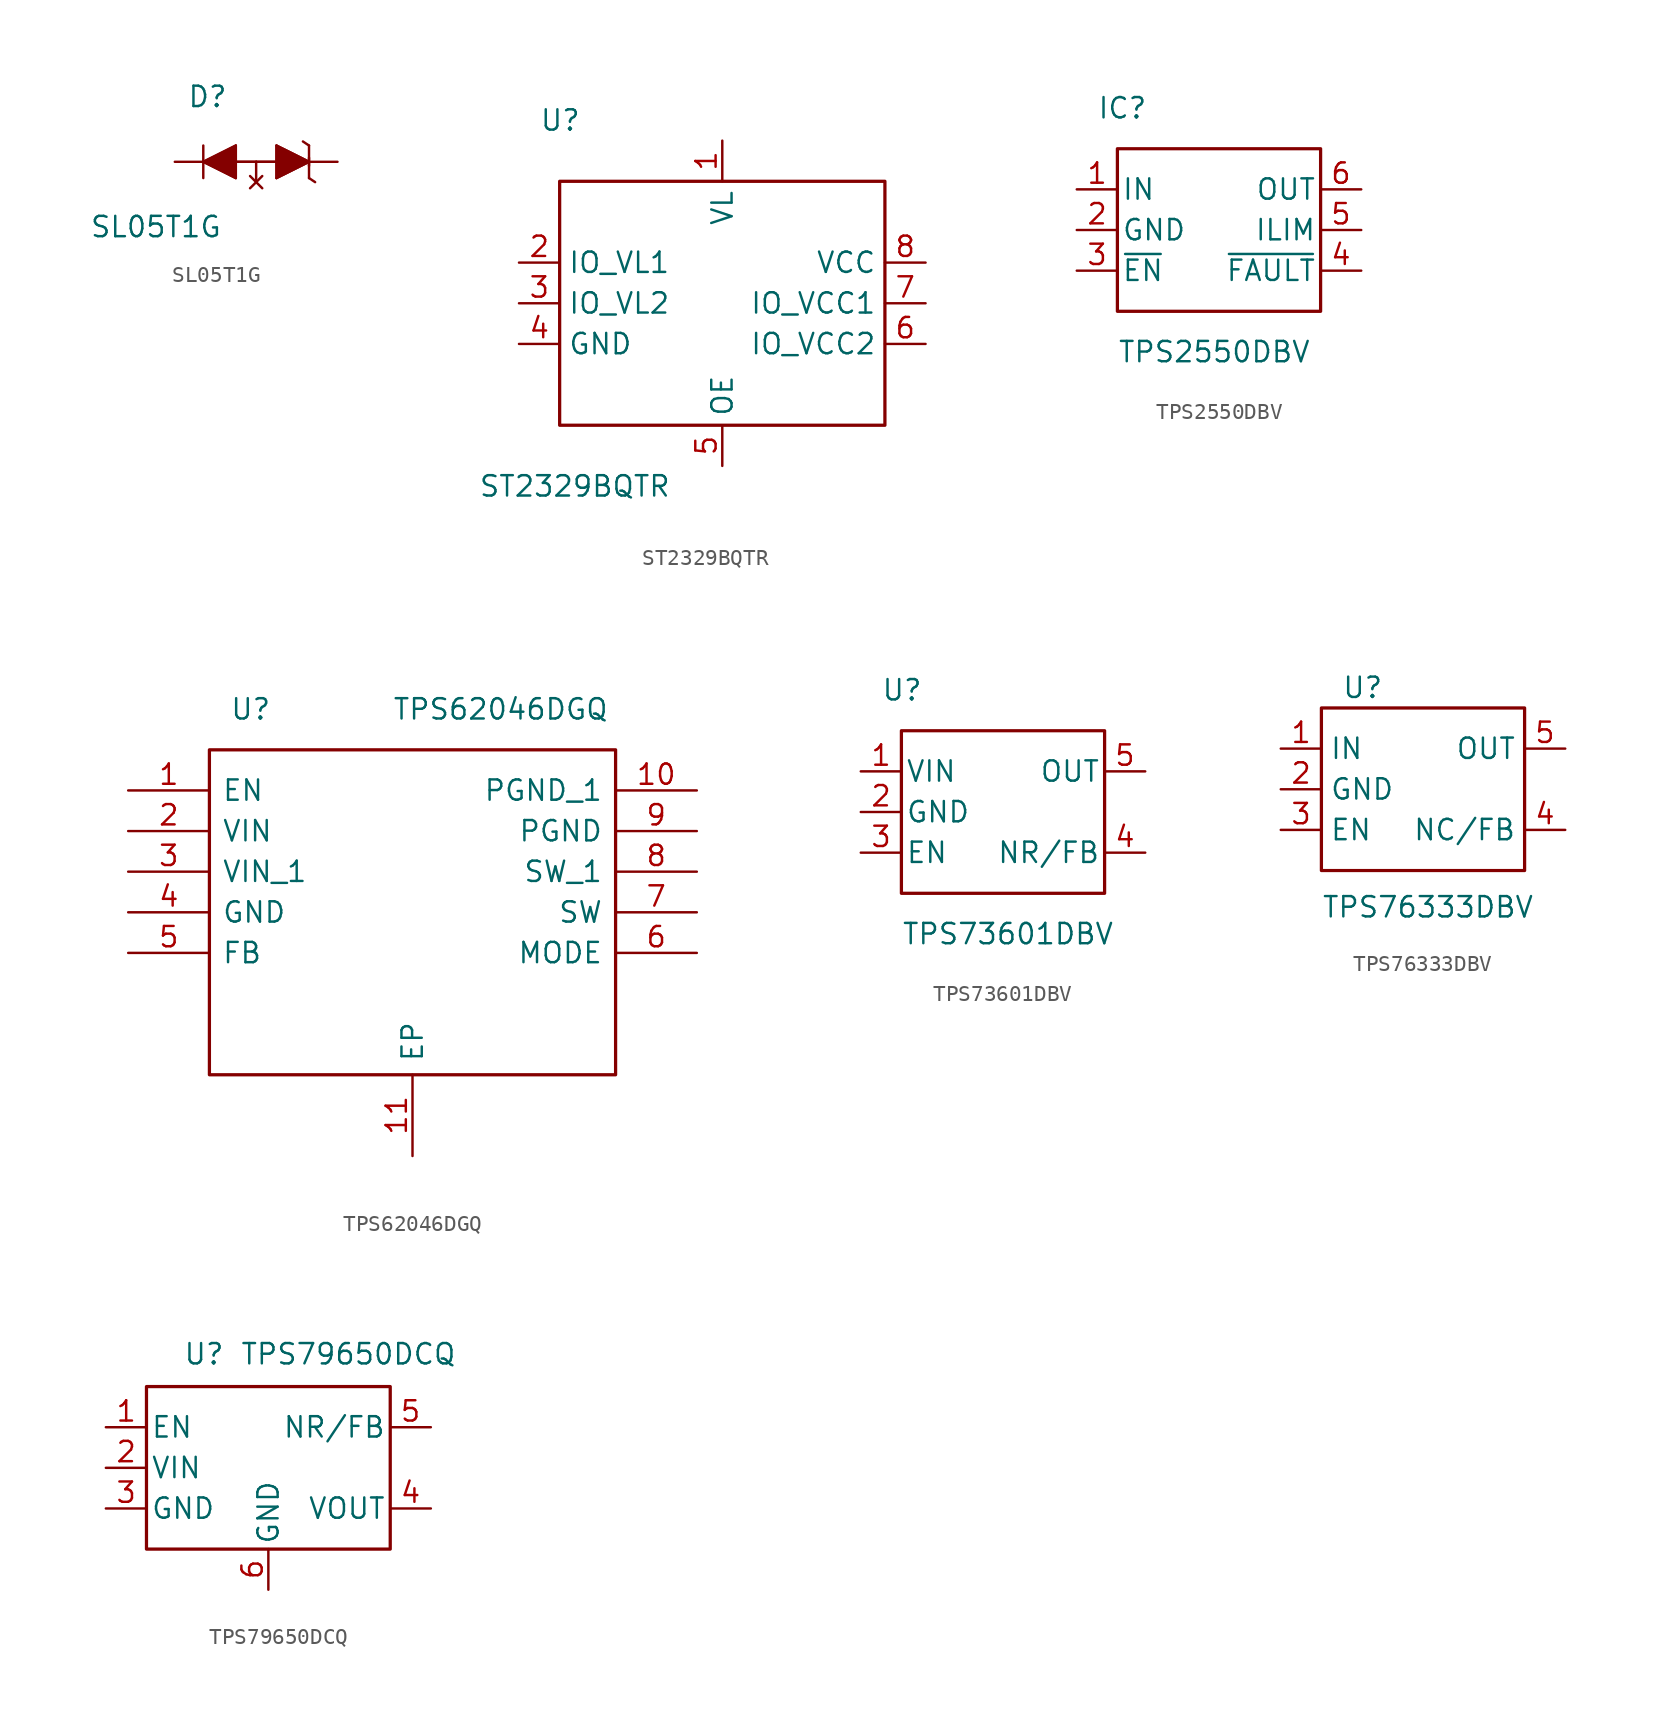
<source format=kicad_sym>
(kicad_symbol_lib
  (version 20241209)
  (generator "kicad_symbol_editor")
  (generator_version "9.0")
  (symbol "SL05T1G"
    (pin_numbers
      (hide yes))
    (pin_names
      (offset 0)
      (hide yes))
    (property "Reference" "D"
      (at -4.318 4.064 0)
      (effects (font (size 1.27 1.27)) (justify left)))
    (property "Value" "SL05T1G"
      (at -10.414 -4.064 0)
      (effects (font (size 1.27 1.27)) (justify left)))
    (symbol "SL05T1G_0_0"
      (pin bidirectional line (at -5.08 0 0) (length 5.08) (name "2" (effects (font (size 1.27 1.27)))) (number "2" (effects (font (size 1.27 1.27)))))
      (pin no_connect line (at 0 -1.27 90) (length 1.27) (name "NC" (effects (font (size 1.27 1.27)))) (number "3" (effects (font (size 1.27 1.27)))))
      (pin bidirectional line (at 5.08 0 180) (length 5.08) (name "1" (effects (font (size 1.27 1.27)))) (number "1" (effects (font (size 1.27 1.27))))))
    (symbol "SL05T1G_1_1"
      (polyline (pts (xy -3.302 0) (xy -3.302 1.016)) (stroke (width 0) (type solid)) (fill (type none)))
      (polyline (pts (xy -3.302 0) (xy -1.27 1.016)) (stroke (width 0) (type solid)) (fill (type outline)))
      (polyline (pts (xy -3.302 0) (xy -1.27 -1.016)) (stroke (width 0) (type solid)) (fill (type outline)))
      (polyline (pts (xy -3.302 0) (xy -1.27 1.016) (xy -1.27 -1.016) (xy -3.302 0)) (stroke (width 0) (type solid)) (fill (type outline)))
      (polyline (pts (xy -3.302 -1.016) (xy -3.302 0)) (stroke (width 0) (type solid)) (fill (type none)))
      (polyline (pts (xy -1.27 1.016) (xy -1.27 -1.016)) (stroke (width 0) (type solid)) (fill (type none)))
      (polyline (pts (xy 1.27 1.016) (xy 3.302 0) (xy 1.27 -1.016) (xy 1.27 1.016)) (stroke (width 0) (type solid)) (fill (type outline)))
      (polyline (pts (xy 1.27 0) (xy -1.27 0)) (stroke (width 0) (type solid)) (fill (type none)))
      (polyline (pts (xy 1.27 -1.016) (xy 1.27 1.016)) (stroke (width 0) (type solid)) (fill (type outline)))
      (polyline (pts (xy 3.302 1.016) (xy 2.921 1.27)) (stroke (width 0) (type solid)) (fill (type none)))
      (polyline (pts (xy 3.302 0) (xy 1.27 1.016)) (stroke (width 0) (type solid)) (fill (type outline)))
      (polyline (pts (xy 3.302 0) (xy 1.27 -1.016)) (stroke (width 0) (type solid)) (fill (type none)))
      (polyline (pts (xy 3.302 -0.254) (xy 3.302 1.016)) (stroke (width 0) (type solid)) (fill (type none)))
      (polyline (pts (xy 3.302 -1.016) (xy 3.302 0.254)) (stroke (width 0) (type solid)) (fill (type none)))
      (polyline (pts (xy 3.302 -1.016) (xy 3.683 -1.27)) (stroke (width 0) (type solid)) (fill (type none)))))
  (symbol "ST2329BQTR"
    (property "Reference" "U"
      (at -11.43 11.43 0)
      (effects (font (size 1.27 1.27)) (justify left)))
    (property "Value" "ST2329BQTR"
      (at -15.24 -11.43 0)
      (effects (font (size 1.27 1.27)) (justify left)))
    (symbol "ST2329BQTR_0_0"
      (pin bidirectional line (at -12.7 2.54 0) (length 2.54) (name "IO_VL1" (effects (font (size 1.27 1.27)))) (number "2" (effects (font (size 1.27 1.27)))))
      (pin bidirectional line (at -12.7 0 0) (length 2.54) (name "IO_VL2" (effects (font (size 1.27 1.27)))) (number "3" (effects (font (size 1.27 1.27)))))
      (pin bidirectional line (at -12.7 -2.54 0) (length 2.54) (name "GND" (effects (font (size 1.27 1.27)))) (number "4" (effects (font (size 1.27 1.27)))))
      (pin bidirectional line (at 0 10.16 270) (length 2.54) (name "VL" (effects (font (size 1.27 1.27)))) (number "1" (effects (font (size 1.27 1.27)))))
      (pin bidirectional line (at 0 -10.16 90) (length 2.54) (name "OE" (effects (font (size 1.27 1.27)))) (number "5" (effects (font (size 1.27 1.27)))))
      (pin bidirectional line (at 12.7 2.54 180) (length 2.54) (name "VCC" (effects (font (size 1.27 1.27)))) (number "8" (effects (font (size 1.27 1.27)))))
      (pin bidirectional line (at 12.7 0 180) (length 2.54) (name "IO_VCC1" (effects (font (size 1.27 1.27)))) (number "7" (effects (font (size 1.27 1.27)))))
      (pin bidirectional line (at 12.7 -2.54 180) (length 2.54) (name "IO_VCC2" (effects (font (size 1.27 1.27)))) (number "6" (effects (font (size 1.27 1.27))))))
    (symbol "ST2329BQTR_0_1"
      (polyline (pts (xy 10.16 7.62) (xy 10.16 -7.62) (xy -10.16 -7.62) (xy -10.16 7.62) (xy 10.16 7.62)) (stroke (width 0.203) (type solid)) (fill (type none)))))
  (symbol "TPS2550DBV"
    (pin_names
      (offset 0.254))
    (property "Reference" "IC"
      (at -7.62 7.62 0)
      (effects (font (size 1.27 1.27)) (justify left)))
    (property "Value" "TPS2550DBV"
      (at -6.35 -7.62 0)
      (effects (font (size 1.27 1.27)) (justify left)))
    (symbol "TPS2550DBV_0_0"
      (pin bidirectional line (at -8.89 2.54 0) (length 2.54) (name "IN" (effects (font (size 1.27 1.27)))) (number "1" (effects (font (size 1.27 1.27)))))
      (pin bidirectional line (at -8.89 0 0) (length 2.54) (name "GND" (effects (font (size 1.27 1.27)))) (number "2" (effects (font (size 1.27 1.27)))))
      (pin bidirectional line (at -8.89 -2.54 0) (length 2.54) (name "~{EN}" (effects (font (size 1.27 1.27)))) (number "3" (effects (font (size 1.27 1.27)))))
      (pin bidirectional line (at 8.89 2.54 180) (length 2.54) (name "OUT" (effects (font (size 1.27 1.27)))) (number "6" (effects (font (size 1.27 1.27)))))
      (pin bidirectional line (at 8.89 0 180) (length 2.54) (name "ILIM" (effects (font (size 1.27 1.27)))) (number "5" (effects (font (size 1.27 1.27)))))
      (pin bidirectional line (at 8.89 -2.54 180) (length 2.54) (name "~{FAULT}" (effects (font (size 1.27 1.27)))) (number "4" (effects (font (size 1.27 1.27))))))
    (symbol "TPS2550DBV_0_1"
      (polyline (pts (xy -6.35 5.08) (xy 6.35 5.08) (xy 6.35 -5.08) (xy -6.35 -5.08) (xy -6.35 5.08)) (stroke (width 0.203) (type solid)) (fill (type none)))))
  (symbol "TPS62046DGQ"
    (pin_names
      (offset 0.762))
    (property "Reference" "U"
      (at -11.43 12.7 0)
      (effects (font (size 1.27 1.27)) (justify left)))
    (property "Value" "TPS62046DGQ"
      (at -1.27 12.7 0)
      (effects (font (size 1.27 1.27)) (justify left)))
    (symbol "TPS62046DGQ_0_0"
      (pin bidirectional line (at -17.78 7.62 0) (length 5.08) (name "EN" (effects (font (size 1.27 1.27)))) (number "1" (effects (font (size 1.27 1.27)))))
      (pin bidirectional line (at -17.78 5.08 0) (length 5.08) (name "VIN" (effects (font (size 1.27 1.27)))) (number "2" (effects (font (size 1.27 1.27)))))
      (pin bidirectional line (at -17.78 2.54 0) (length 5.08) (name "VIN_1" (effects (font (size 1.27 1.27)))) (number "3" (effects (font (size 1.27 1.27)))))
      (pin bidirectional line (at -17.78 0 0) (length 5.08) (name "GND" (effects (font (size 1.27 1.27)))) (number "4" (effects (font (size 1.27 1.27)))))
      (pin bidirectional line (at -17.78 -2.54 0) (length 5.08) (name "FB" (effects (font (size 1.27 1.27)))) (number "5" (effects (font (size 1.27 1.27)))))
      (pin bidirectional line (at 0 -15.24 90) (length 5.08) (name "EP" (effects (font (size 1.27 1.27)))) (number "11" (effects (font (size 1.27 1.27)))))
      (pin bidirectional line (at 17.78 7.62 180) (length 5.08) (name "PGND_1" (effects (font (size 1.27 1.27)))) (number "10" (effects (font (size 1.27 1.27)))))
      (pin bidirectional line (at 17.78 5.08 180) (length 5.08) (name "PGND" (effects (font (size 1.27 1.27)))) (number "9" (effects (font (size 1.27 1.27)))))
      (pin bidirectional line (at 17.78 2.54 180) (length 5.08) (name "SW_1" (effects (font (size 1.27 1.27)))) (number "8" (effects (font (size 1.27 1.27)))))
      (pin bidirectional line (at 17.78 0 180) (length 5.08) (name "SW" (effects (font (size 1.27 1.27)))) (number "7" (effects (font (size 1.27 1.27)))))
      (pin bidirectional line (at 17.78 -2.54 180) (length 5.08) (name "MODE" (effects (font (size 1.27 1.27)))) (number "6" (effects (font (size 1.27 1.27))))))
    (symbol "TPS62046DGQ_0_1"
      (polyline (pts (xy -12.7 10.16) (xy 12.7 10.16) (xy 12.7 -10.16) (xy -12.7 -10.16) (xy -12.7 10.16)) (stroke (width 0.203) (type solid)) (fill (type none)))))
  (symbol "TPS73601DBV"
    (pin_names
      (offset 0.254))
    (property "Reference" "U"
      (at -7.62 7.62 0)
      (effects (font (size 1.27 1.27)) (justify left)))
    (property "Value" "TPS73601DBV"
      (at -6.35 -7.62 0)
      (effects (font (size 1.27 1.27)) (justify left)))
    (symbol "TPS73601DBV_0_0"
      (pin bidirectional line (at -8.89 2.54 0) (length 2.54) (name "VIN" (effects (font (size 1.27 1.27)))) (number "1" (effects (font (size 1.27 1.27)))))
      (pin bidirectional line (at -8.89 0 0) (length 2.54) (name "GND" (effects (font (size 1.27 1.27)))) (number "2" (effects (font (size 1.27 1.27)))))
      (pin bidirectional line (at -8.89 -2.54 0) (length 2.54) (name "EN" (effects (font (size 1.27 1.27)))) (number "3" (effects (font (size 1.27 1.27)))))
      (pin bidirectional line (at 8.89 2.54 180) (length 2.54) (name "OUT" (effects (font (size 1.27 1.27)))) (number "5" (effects (font (size 1.27 1.27)))))
      (pin bidirectional line (at 8.89 -2.54 180) (length 2.54) (name "NR/FB" (effects (font (size 1.27 1.27)))) (number "4" (effects (font (size 1.27 1.27))))))
    (symbol "TPS73601DBV_0_1"
      (polyline (pts (xy -6.35 5.08) (xy 6.35 5.08) (xy 6.35 -5.08) (xy -6.35 -5.08) (xy -6.35 5.08)) (stroke (width 0.203) (type solid)) (fill (type none)))))
  (symbol "TPS76333DBV"
    (property "Reference" "U"
      (at -5.08 6.35 0)
      (effects (font (size 1.27 1.27)) (justify left)))
    (property "Value" "TPS76333DBV"
      (at -6.35 -7.366 0)
      (effects (font (size 1.27 1.27)) (justify left)))
    (symbol "TPS76333DBV_0_0"
      (pin bidirectional line (at -8.89 2.54 0) (length 2.54) (name "IN" (effects (font (size 1.27 1.27)))) (number "1" (effects (font (size 1.27 1.27)))))
      (pin bidirectional line (at -8.89 0 0) (length 2.54) (name "GND" (effects (font (size 1.27 1.27)))) (number "2" (effects (font (size 1.27 1.27)))))
      (pin bidirectional line (at -8.89 -2.54 0) (length 2.54) (name "EN" (effects (font (size 1.27 1.27)))) (number "3" (effects (font (size 1.27 1.27)))))
      (pin bidirectional line (at 8.89 2.54 180) (length 2.54) (name "OUT" (effects (font (size 1.27 1.27)))) (number "5" (effects (font (size 1.27 1.27)))))
      (pin bidirectional line (at 8.89 -2.54 180) (length 2.54) (name "NC/FB" (effects (font (size 1.27 1.27)))) (number "4" (effects (font (size 1.27 1.27))))))
    (symbol "TPS76333DBV_0_1"
      (polyline (pts (xy -6.35 5.08) (xy 6.35 5.08) (xy 6.35 -5.08) (xy -6.35 -5.08) (xy -6.35 5.08)) (stroke (width 0.203) (type solid)) (fill (type none)))))
  (symbol "TPS79650DCQ"
    (pin_names
      (offset 0.254))
    (property "Reference" "U"
      (at -5.334 7.112 0)
      (effects (font (size 1.27 1.27)) (justify left)))
    (property "Value" "TPS79650DCQ"
      (at -1.778 7.112 0)
      (effects (font (size 1.27 1.27)) (justify left)))
    (symbol "TPS79650DCQ_0_0"
      (pin bidirectional line (at -10.16 2.54 0) (length 2.54) (name "EN" (effects (font (size 1.27 1.27)))) (number "1" (effects (font (size 1.27 1.27)))))
      (pin bidirectional line (at -10.16 0 0) (length 2.54) (name "VIN" (effects (font (size 1.27 1.27)))) (number "2" (effects (font (size 1.27 1.27)))))
      (pin bidirectional line (at -10.16 -2.54 0) (length 2.54) (name "GND" (effects (font (size 1.27 1.27)))) (number "3" (effects (font (size 1.27 1.27)))))
      (pin bidirectional line (at 0 -7.62 90) (length 2.54) (name "GND" (effects (font (size 1.27 1.27)))) (number "6" (effects (font (size 1.27 1.27)))))
      (pin bidirectional line (at 10.16 2.54 180) (length 2.54) (name "NR/FB" (effects (font (size 1.27 1.27)))) (number "5" (effects (font (size 1.27 1.27)))))
      (pin bidirectional line (at 10.16 -2.54 180) (length 2.54) (name "VOUT" (effects (font (size 1.27 1.27)))) (number "4" (effects (font (size 1.27 1.27))))))
    (symbol "TPS79650DCQ_0_1"
      (polyline (pts (xy -7.62 5.08) (xy 7.62 5.08) (xy 7.62 -5.08) (xy -7.62 -5.08) (xy -7.62 5.08)) (stroke (width 0.203) (type solid)) (fill (type none))))))
</source>
